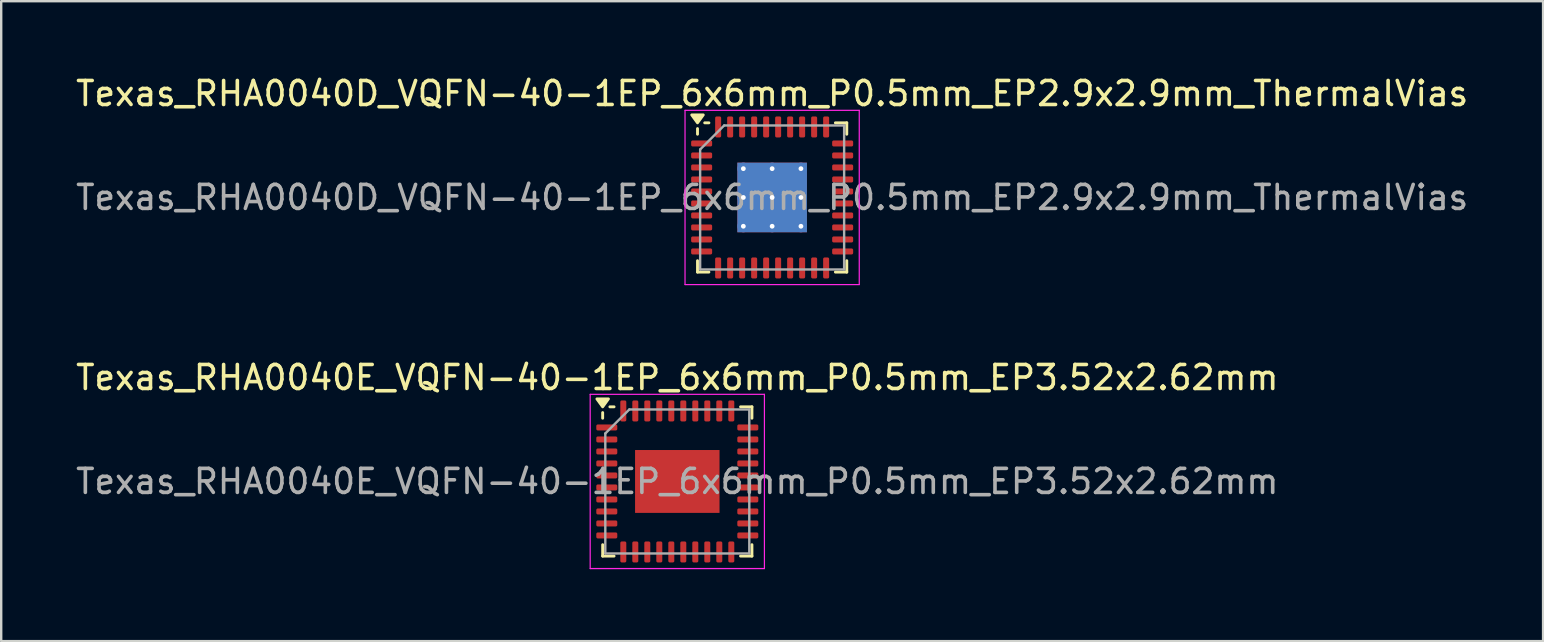
<source format=kicad_pcb>
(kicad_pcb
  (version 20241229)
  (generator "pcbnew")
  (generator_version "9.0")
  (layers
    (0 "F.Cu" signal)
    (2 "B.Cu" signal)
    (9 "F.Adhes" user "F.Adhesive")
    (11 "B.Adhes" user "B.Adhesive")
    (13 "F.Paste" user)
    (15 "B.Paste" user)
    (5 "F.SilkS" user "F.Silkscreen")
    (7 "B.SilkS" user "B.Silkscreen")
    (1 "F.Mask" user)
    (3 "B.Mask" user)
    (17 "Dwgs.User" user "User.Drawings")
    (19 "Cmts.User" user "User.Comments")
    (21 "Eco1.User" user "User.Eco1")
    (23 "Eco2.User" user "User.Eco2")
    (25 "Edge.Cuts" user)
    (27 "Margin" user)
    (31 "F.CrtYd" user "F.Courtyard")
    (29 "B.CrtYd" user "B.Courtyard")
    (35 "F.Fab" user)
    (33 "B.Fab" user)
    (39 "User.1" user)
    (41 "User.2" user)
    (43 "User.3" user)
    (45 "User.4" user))
  (footprint "Texas_RHA0040D_VQFN-40-1EP_6x6mm_P0.5mm_EP2.9x2.9mm_ThermalVias"
    (layer "F.Cu")
    (at 29.125 5.178)
    (property "Reference" "Texas_RHA0040D_VQFN-40-1EP_6x6mm_P0.5mm_EP2.9x2.9mm_ThermalVias" (at 0 -4.33 0) (layer "F.SilkS") (effects (font (size 1 1) (thickness 0.15))))
    (attr smd)
    (fp_line (start -3.11 -2.635) (end -3.11 -2.87) (stroke (width 0.12) (type solid)) (layer "F.SilkS"))
    (fp_line (start -3.11 3.11) (end -3.11 2.635) (stroke (width 0.12) (type solid)) (layer "F.SilkS"))
    (fp_line (start -2.635 -3.11) (end -2.81 -3.11) (stroke (width 0.12) (type solid)) (layer "F.SilkS"))
    (fp_line (start -2.635 3.11) (end -3.11 3.11) (stroke (width 0.12) (type solid)) (layer "F.SilkS"))
    (fp_line (start 2.635 -3.11) (end 3.11 -3.11) (stroke (width 0.12) (type solid)) (layer "F.SilkS"))
    (fp_line (start 2.635 3.11) (end 3.11 3.11) (stroke (width 0.12) (type solid)) (layer "F.SilkS"))
    (fp_line (start 3.11 -3.11) (end 3.11 -2.635) (stroke (width 0.12) (type solid)) (layer "F.SilkS"))
    (fp_line (start 3.11 3.11) (end 3.11 2.635) (stroke (width 0.12) (type solid)) (layer "F.SilkS"))
    (fp_poly (pts (xy -3.11 -3.11) (xy -3.35 -3.44) (xy -2.87 -3.44) (xy -3.11 -3.11)) (stroke (width 0.12) (type solid)) (fill yes) (layer "F.SilkS"))
    (fp_line (start -3.63 -3.63) (end -3.63 3.63) (stroke (width 0.05) (type solid)) (layer "F.CrtYd"))
    (fp_line (start -3.63 3.63) (end 3.63 3.63) (stroke (width 0.05) (type solid)) (layer "F.CrtYd"))
    (fp_line (start 3.63 -3.63) (end -3.63 -3.63) (stroke (width 0.05) (type solid)) (layer "F.CrtYd"))
    (fp_line (start 3.63 3.63) (end 3.63 -3.63) (stroke (width 0.05) (type solid)) (layer "F.CrtYd"))
    (fp_line (start -3 -2) (end -2 -3) (stroke (width 0.1) (type solid)) (layer "F.Fab"))
    (fp_line (start -3 3) (end -3 -2) (stroke (width 0.1) (type solid)) (layer "F.Fab"))
    (fp_line (start -2 -3) (end 3 -3) (stroke (width 0.1) (type solid)) (layer "F.Fab"))
    (fp_line (start 3 -3) (end 3 3) (stroke (width 0.1) (type solid)) (layer "F.Fab"))
    (fp_line (start 3 3) (end -3 3) (stroke (width 0.1) (type solid)) (layer "F.Fab"))
    (fp_text user "${REFERENCE}" (at 0 0 0) (layer "F.Fab") (effects (font (size 1 1) (thickness 0.15))))
    (pad "" smd roundrect (at -0.725 -0.725) (size 1.21 1.21) (layers "F.Paste") (roundrect_rratio 0.207))
    (pad "" smd roundrect (at -0.725 0.725) (size 1.21 1.21) (layers "F.Paste") (roundrect_rratio 0.207))
    (pad "" smd roundrect (at 0.725 -0.725) (size 1.21 1.21) (layers "F.Paste") (roundrect_rratio 0.207))
    (pad "" smd roundrect (at 0.725 0.725) (size 1.21 1.21) (layers "F.Paste") (roundrect_rratio 0.207))
    (pad "1" smd roundrect (at -2.938 -2.25) (size 0.875 0.25) (layers "F.Cu" "F.Mask" "F.Paste") (roundrect_rratio 0.25))
    (pad "2" smd roundrect (at -2.938 -1.75) (size 0.875 0.25) (layers "F.Cu" "F.Mask" "F.Paste") (roundrect_rratio 0.25))
    (pad "3" smd roundrect (at -2.938 -1.25) (size 0.875 0.25) (layers "F.Cu" "F.Mask" "F.Paste") (roundrect_rratio 0.25))
    (pad "4" smd roundrect (at -2.938 -0.75) (size 0.875 0.25) (layers "F.Cu" "F.Mask" "F.Paste") (roundrect_rratio 0.25))
    (pad "5" smd roundrect (at -2.938 -0.25) (size 0.875 0.25) (layers "F.Cu" "F.Mask" "F.Paste") (roundrect_rratio 0.25))
    (pad "6" smd roundrect (at -2.938 0.25) (size 0.875 0.25) (layers "F.Cu" "F.Mask" "F.Paste") (roundrect_rratio 0.25))
    (pad "7" smd roundrect (at -2.938 0.75) (size 0.875 0.25) (layers "F.Cu" "F.Mask" "F.Paste") (roundrect_rratio 0.25))
    (pad "8" smd roundrect (at -2.938 1.25) (size 0.875 0.25) (layers "F.Cu" "F.Mask" "F.Paste") (roundrect_rratio 0.25))
    (pad "9" smd roundrect (at -2.938 1.75) (size 0.875 0.25) (layers "F.Cu" "F.Mask" "F.Paste") (roundrect_rratio 0.25))
    (pad "10" smd roundrect (at -2.938 2.25) (size 0.875 0.25) (layers "F.Cu" "F.Mask" "F.Paste") (roundrect_rratio 0.25))
    (pad "11" smd roundrect (at -2.25 2.938) (size 0.25 0.875) (layers "F.Cu" "F.Mask" "F.Paste") (roundrect_rratio 0.25))
    (pad "12" smd roundrect (at -1.75 2.938) (size 0.25 0.875) (layers "F.Cu" "F.Mask" "F.Paste") (roundrect_rratio 0.25))
    (pad "13" smd roundrect (at -1.25 2.938) (size 0.25 0.875) (layers "F.Cu" "F.Mask" "F.Paste") (roundrect_rratio 0.25))
    (pad "14" smd roundrect (at -0.75 2.938) (size 0.25 0.875) (layers "F.Cu" "F.Mask" "F.Paste") (roundrect_rratio 0.25))
    (pad "15" smd roundrect (at -0.25 2.938) (size 0.25 0.875) (layers "F.Cu" "F.Mask" "F.Paste") (roundrect_rratio 0.25))
    (pad "16" smd roundrect (at 0.25 2.938) (size 0.25 0.875) (layers "F.Cu" "F.Mask" "F.Paste") (roundrect_rratio 0.25))
    (pad "17" smd roundrect (at 0.75 2.938) (size 0.25 0.875) (layers "F.Cu" "F.Mask" "F.Paste") (roundrect_rratio 0.25))
    (pad "18" smd roundrect (at 1.25 2.938) (size 0.25 0.875) (layers "F.Cu" "F.Mask" "F.Paste") (roundrect_rratio 0.25))
    (pad "19" smd roundrect (at 1.75 2.938) (size 0.25 0.875) (layers "F.Cu" "F.Mask" "F.Paste") (roundrect_rratio 0.25))
    (pad "20" smd roundrect (at 2.25 2.938) (size 0.25 0.875) (layers "F.Cu" "F.Mask" "F.Paste") (roundrect_rratio 0.25))
    (pad "21" smd roundrect (at 2.938 2.25) (size 0.875 0.25) (layers "F.Cu" "F.Mask" "F.Paste") (roundrect_rratio 0.25))
    (pad "22" smd roundrect (at 2.938 1.75) (size 0.875 0.25) (layers "F.Cu" "F.Mask" "F.Paste") (roundrect_rratio 0.25))
    (pad "23" smd roundrect (at 2.938 1.25) (size 0.875 0.25) (layers "F.Cu" "F.Mask" "F.Paste") (roundrect_rratio 0.25))
    (pad "24" smd roundrect (at 2.938 0.75) (size 0.875 0.25) (layers "F.Cu" "F.Mask" "F.Paste") (roundrect_rratio 0.25))
    (pad "25" smd roundrect (at 2.938 0.25) (size 0.875 0.25) (layers "F.Cu" "F.Mask" "F.Paste") (roundrect_rratio 0.25))
    (pad "26" smd roundrect (at 2.938 -0.25) (size 0.875 0.25) (layers "F.Cu" "F.Mask" "F.Paste") (roundrect_rratio 0.25))
    (pad "27" smd roundrect (at 2.938 -0.75) (size 0.875 0.25) (layers "F.Cu" "F.Mask" "F.Paste") (roundrect_rratio 0.25))
    (pad "28" smd roundrect (at 2.938 -1.25) (size 0.875 0.25) (layers "F.Cu" "F.Mask" "F.Paste") (roundrect_rratio 0.25))
    (pad "29" smd roundrect (at 2.938 -1.75) (size 0.875 0.25) (layers "F.Cu" "F.Mask" "F.Paste") (roundrect_rratio 0.25))
    (pad "30" smd roundrect (at 2.938 -2.25) (size 0.875 0.25) (layers "F.Cu" "F.Mask" "F.Paste") (roundrect_rratio 0.25))
    (pad "31" smd roundrect (at 2.25 -2.938) (size 0.25 0.875) (layers "F.Cu" "F.Mask" "F.Paste") (roundrect_rratio 0.25))
    (pad "32" smd roundrect (at 1.75 -2.938) (size 0.25 0.875) (layers "F.Cu" "F.Mask" "F.Paste") (roundrect_rratio 0.25))
    (pad "33" smd roundrect (at 1.25 -2.938) (size 0.25 0.875) (layers "F.Cu" "F.Mask" "F.Paste") (roundrect_rratio 0.25))
    (pad "34" smd roundrect (at 0.75 -2.938) (size 0.25 0.875) (layers "F.Cu" "F.Mask" "F.Paste") (roundrect_rratio 0.25))
    (pad "35" smd roundrect (at 0.25 -2.938) (size 0.25 0.875) (layers "F.Cu" "F.Mask" "F.Paste") (roundrect_rratio 0.25))
    (pad "36" smd roundrect (at -0.25 -2.938) (size 0.25 0.875) (layers "F.Cu" "F.Mask" "F.Paste") (roundrect_rratio 0.25))
    (pad "37" smd roundrect (at -0.75 -2.938) (size 0.25 0.875) (layers "F.Cu" "F.Mask" "F.Paste") (roundrect_rratio 0.25))
    (pad "38" smd roundrect (at -1.25 -2.938) (size 0.25 0.875) (layers "F.Cu" "F.Mask" "F.Paste") (roundrect_rratio 0.25))
    (pad "39" smd roundrect (at -1.75 -2.938) (size 0.25 0.875) (layers "F.Cu" "F.Mask" "F.Paste") (roundrect_rratio 0.25))
    (pad "40" smd roundrect (at -2.25 -2.938) (size 0.25 0.875) (layers "F.Cu" "F.Mask" "F.Paste") (roundrect_rratio 0.25))
    (pad "41" thru_hole circle (at -1.2 -1.2) (size 0.5 0.5) (drill 0.2) (property pad_prop_heatsink) (layers "*.Cu"))
    (pad "41" thru_hole circle (at -1.2 0) (size 0.5 0.5) (drill 0.2) (property pad_prop_heatsink) (layers "*.Cu"))
    (pad "41" thru_hole circle (at -1.2 1.2) (size 0.5 0.5) (drill 0.2) (property pad_prop_heatsink) (layers "*.Cu"))
    (pad "41" thru_hole circle (at 0 -1.2) (size 0.5 0.5) (drill 0.2) (property pad_prop_heatsink) (layers "*.Cu"))
    (pad "41" thru_hole circle (at 0 0) (size 0.5 0.5) (drill 0.2) (property pad_prop_heatsink) (layers "*.Cu"))
    (pad "41" smd rect (at 0 0) (size 2.9 2.9) (property pad_prop_heatsink) (layers "F.Cu" "F.Mask"))
    (pad "41" smd rect (at 0 0) (size 2.9 2.9) (property pad_prop_heatsink) (layers "B.Cu"))
    (pad "41" thru_hole circle (at 0 1.2) (size 0.5 0.5) (drill 0.2) (property pad_prop_heatsink) (layers "*.Cu"))
    (pad "41" thru_hole circle (at 1.2 -1.2) (size 0.5 0.5) (drill 0.2) (property pad_prop_heatsink) (layers "*.Cu"))
    (pad "41" thru_hole circle (at 1.2 0) (size 0.5 0.5) (drill 0.2) (property pad_prop_heatsink) (layers "*.Cu"))
    (pad "41" thru_hole circle (at 1.2 1.2) (size 0.5 0.5) (drill 0.2) (property pad_prop_heatsink) (layers "*.Cu")))
  (footprint "Texas_RHA0040E_VQFN-40-1EP_6x6mm_P0.5mm_EP3.52x2.62mm"
    (layer "F.Cu")
    (at 25.173 17.012)
    (property "Reference" "Texas_RHA0040E_VQFN-40-1EP_6x6mm_P0.5mm_EP3.52x2.62mm" (at 0 -4.33 0) (layer "F.SilkS") (effects (font (size 1 1) (thickness 0.15))))
    (attr smd)
    (fp_line (start -3.11 -2.635) (end -3.11 -2.87) (stroke (width 0.12) (type solid)) (layer "F.SilkS"))
    (fp_line (start -3.11 3.11) (end -3.11 2.635) (stroke (width 0.12) (type solid)) (layer "F.SilkS"))
    (fp_line (start -2.635 -3.11) (end -2.81 -3.11) (stroke (width 0.12) (type solid)) (layer "F.SilkS"))
    (fp_line (start -2.635 3.11) (end -3.11 3.11) (stroke (width 0.12) (type solid)) (layer "F.SilkS"))
    (fp_line (start 2.635 -3.11) (end 3.11 -3.11) (stroke (width 0.12) (type solid)) (layer "F.SilkS"))
    (fp_line (start 2.635 3.11) (end 3.11 3.11) (stroke (width 0.12) (type solid)) (layer "F.SilkS"))
    (fp_line (start 3.11 -3.11) (end 3.11 -2.635) (stroke (width 0.12) (type solid)) (layer "F.SilkS"))
    (fp_line (start 3.11 3.11) (end 3.11 2.635) (stroke (width 0.12) (type solid)) (layer "F.SilkS"))
    (fp_poly (pts (xy -3.11 -3.11) (xy -3.35 -3.44) (xy -2.87 -3.44) (xy -3.11 -3.11)) (stroke (width 0.12) (type solid)) (fill yes) (layer "F.SilkS"))
    (fp_line (start -3.63 -3.63) (end -3.63 3.63) (stroke (width 0.05) (type solid)) (layer "F.CrtYd"))
    (fp_line (start -3.63 3.63) (end 3.63 3.63) (stroke (width 0.05) (type solid)) (layer "F.CrtYd"))
    (fp_line (start 3.63 -3.63) (end -3.63 -3.63) (stroke (width 0.05) (type solid)) (layer "F.CrtYd"))
    (fp_line (start 3.63 3.63) (end 3.63 -3.63) (stroke (width 0.05) (type solid)) (layer "F.CrtYd"))
    (fp_line (start -3 -2) (end -2 -3) (stroke (width 0.1) (type solid)) (layer "F.Fab"))
    (fp_line (start -3 3) (end -3 -2) (stroke (width 0.1) (type solid)) (layer "F.Fab"))
    (fp_line (start -2 -3) (end 3 -3) (stroke (width 0.1) (type solid)) (layer "F.Fab"))
    (fp_line (start 3 -3) (end 3 3) (stroke (width 0.1) (type solid)) (layer "F.Fab"))
    (fp_line (start 3 3) (end -3 3) (stroke (width 0.1) (type solid)) (layer "F.Fab"))
    (fp_text user "${REFERENCE}" (at 0 0 0) (layer "F.Fab") (effects (font (size 1 1) (thickness 0.15))))
    (pad "" smd roundrect (at -1.17 -0.655) (size 0.95 1.06) (layers "F.Paste") (roundrect_rratio 0.25))
    (pad "" smd roundrect (at -1.17 0.655) (size 0.95 1.06) (layers "F.Paste") (roundrect_rratio 0.25))
    (pad "" smd roundrect (at 0 -0.655) (size 0.95 1.06) (layers "F.Paste") (roundrect_rratio 0.25))
    (pad "" smd roundrect (at 0 0.655) (size 0.95 1.06) (layers "F.Paste") (roundrect_rratio 0.25))
    (pad "" smd roundrect (at 1.17 -0.655) (size 0.95 1.06) (layers "F.Paste") (roundrect_rratio 0.25))
    (pad "" smd roundrect (at 1.17 0.655) (size 0.95 1.06) (layers "F.Paste") (roundrect_rratio 0.25))
    (pad "1" smd roundrect (at -2.938 -2.25) (size 0.875 0.25) (layers "F.Cu" "F.Mask" "F.Paste") (roundrect_rratio 0.25))
    (pad "2" smd roundrect (at -2.938 -1.75) (size 0.875 0.25) (layers "F.Cu" "F.Mask" "F.Paste") (roundrect_rratio 0.25))
    (pad "3" smd roundrect (at -2.938 -1.25) (size 0.875 0.25) (layers "F.Cu" "F.Mask" "F.Paste") (roundrect_rratio 0.25))
    (pad "4" smd roundrect (at -2.938 -0.75) (size 0.875 0.25) (layers "F.Cu" "F.Mask" "F.Paste") (roundrect_rratio 0.25))
    (pad "5" smd roundrect (at -2.938 -0.25) (size 0.875 0.25) (layers "F.Cu" "F.Mask" "F.Paste") (roundrect_rratio 0.25))
    (pad "6" smd roundrect (at -2.938 0.25) (size 0.875 0.25) (layers "F.Cu" "F.Mask" "F.Paste") (roundrect_rratio 0.25))
    (pad "7" smd roundrect (at -2.938 0.75) (size 0.875 0.25) (layers "F.Cu" "F.Mask" "F.Paste") (roundrect_rratio 0.25))
    (pad "8" smd roundrect (at -2.938 1.25) (size 0.875 0.25) (layers "F.Cu" "F.Mask" "F.Paste") (roundrect_rratio 0.25))
    (pad "9" smd roundrect (at -2.938 1.75) (size 0.875 0.25) (layers "F.Cu" "F.Mask" "F.Paste") (roundrect_rratio 0.25))
    (pad "10" smd roundrect (at -2.938 2.25) (size 0.875 0.25) (layers "F.Cu" "F.Mask" "F.Paste") (roundrect_rratio 0.25))
    (pad "11" smd roundrect (at -2.25 2.938) (size 0.25 0.875) (layers "F.Cu" "F.Mask" "F.Paste") (roundrect_rratio 0.25))
    (pad "12" smd roundrect (at -1.75 2.938) (size 0.25 0.875) (layers "F.Cu" "F.Mask" "F.Paste") (roundrect_rratio 0.25))
    (pad "13" smd roundrect (at -1.25 2.938) (size 0.25 0.875) (layers "F.Cu" "F.Mask" "F.Paste") (roundrect_rratio 0.25))
    (pad "14" smd roundrect (at -0.75 2.938) (size 0.25 0.875) (layers "F.Cu" "F.Mask" "F.Paste") (roundrect_rratio 0.25))
    (pad "15" smd roundrect (at -0.25 2.938) (size 0.25 0.875) (layers "F.Cu" "F.Mask" "F.Paste") (roundrect_rratio 0.25))
    (pad "16" smd roundrect (at 0.25 2.938) (size 0.25 0.875) (layers "F.Cu" "F.Mask" "F.Paste") (roundrect_rratio 0.25))
    (pad "17" smd roundrect (at 0.75 2.938) (size 0.25 0.875) (layers "F.Cu" "F.Mask" "F.Paste") (roundrect_rratio 0.25))
    (pad "18" smd roundrect (at 1.25 2.938) (size 0.25 0.875) (layers "F.Cu" "F.Mask" "F.Paste") (roundrect_rratio 0.25))
    (pad "19" smd roundrect (at 1.75 2.938) (size 0.25 0.875) (layers "F.Cu" "F.Mask" "F.Paste") (roundrect_rratio 0.25))
    (pad "20" smd roundrect (at 2.25 2.938) (size 0.25 0.875) (layers "F.Cu" "F.Mask" "F.Paste") (roundrect_rratio 0.25))
    (pad "21" smd roundrect (at 2.938 2.25) (size 0.875 0.25) (layers "F.Cu" "F.Mask" "F.Paste") (roundrect_rratio 0.25))
    (pad "22" smd roundrect (at 2.938 1.75) (size 0.875 0.25) (layers "F.Cu" "F.Mask" "F.Paste") (roundrect_rratio 0.25))
    (pad "23" smd roundrect (at 2.938 1.25) (size 0.875 0.25) (layers "F.Cu" "F.Mask" "F.Paste") (roundrect_rratio 0.25))
    (pad "24" smd roundrect (at 2.938 0.75) (size 0.875 0.25) (layers "F.Cu" "F.Mask" "F.Paste") (roundrect_rratio 0.25))
    (pad "25" smd roundrect (at 2.938 0.25) (size 0.875 0.25) (layers "F.Cu" "F.Mask" "F.Paste") (roundrect_rratio 0.25))
    (pad "26" smd roundrect (at 2.938 -0.25) (size 0.875 0.25) (layers "F.Cu" "F.Mask" "F.Paste") (roundrect_rratio 0.25))
    (pad "27" smd roundrect (at 2.938 -0.75) (size 0.875 0.25) (layers "F.Cu" "F.Mask" "F.Paste") (roundrect_rratio 0.25))
    (pad "28" smd roundrect (at 2.938 -1.25) (size 0.875 0.25) (layers "F.Cu" "F.Mask" "F.Paste") (roundrect_rratio 0.25))
    (pad "29" smd roundrect (at 2.938 -1.75) (size 0.875 0.25) (layers "F.Cu" "F.Mask" "F.Paste") (roundrect_rratio 0.25))
    (pad "30" smd roundrect (at 2.938 -2.25) (size 0.875 0.25) (layers "F.Cu" "F.Mask" "F.Paste") (roundrect_rratio 0.25))
    (pad "31" smd roundrect (at 2.25 -2.938) (size 0.25 0.875) (layers "F.Cu" "F.Mask" "F.Paste") (roundrect_rratio 0.25))
    (pad "32" smd roundrect (at 1.75 -2.938) (size 0.25 0.875) (layers "F.Cu" "F.Mask" "F.Paste") (roundrect_rratio 0.25))
    (pad "33" smd roundrect (at 1.25 -2.938) (size 0.25 0.875) (layers "F.Cu" "F.Mask" "F.Paste") (roundrect_rratio 0.25))
    (pad "34" smd roundrect (at 0.75 -2.938) (size 0.25 0.875) (layers "F.Cu" "F.Mask" "F.Paste") (roundrect_rratio 0.25))
    (pad "35" smd roundrect (at 0.25 -2.938) (size 0.25 0.875) (layers "F.Cu" "F.Mask" "F.Paste") (roundrect_rratio 0.25))
    (pad "36" smd roundrect (at -0.25 -2.938) (size 0.25 0.875) (layers "F.Cu" "F.Mask" "F.Paste") (roundrect_rratio 0.25))
    (pad "37" smd roundrect (at -0.75 -2.938) (size 0.25 0.875) (layers "F.Cu" "F.Mask" "F.Paste") (roundrect_rratio 0.25))
    (pad "38" smd roundrect (at -1.25 -2.938) (size 0.25 0.875) (layers "F.Cu" "F.Mask" "F.Paste") (roundrect_rratio 0.25))
    (pad "39" smd roundrect (at -1.75 -2.938) (size 0.25 0.875) (layers "F.Cu" "F.Mask" "F.Paste") (roundrect_rratio 0.25))
    (pad "40" smd roundrect (at -2.25 -2.938) (size 0.25 0.875) (layers "F.Cu" "F.Mask" "F.Paste") (roundrect_rratio 0.25))
    (pad "41" smd rect (at 0 0) (size 3.52 2.62) (property pad_prop_heatsink) (layers "F.Cu" "F.Mask")))
  (gr_rect
    (start -3 -3)
    (end 61.25 23.666)
    (stroke (width 0.1) (type default))
    (fill no)
    (layer "Edge.Cuts")))
</source>
